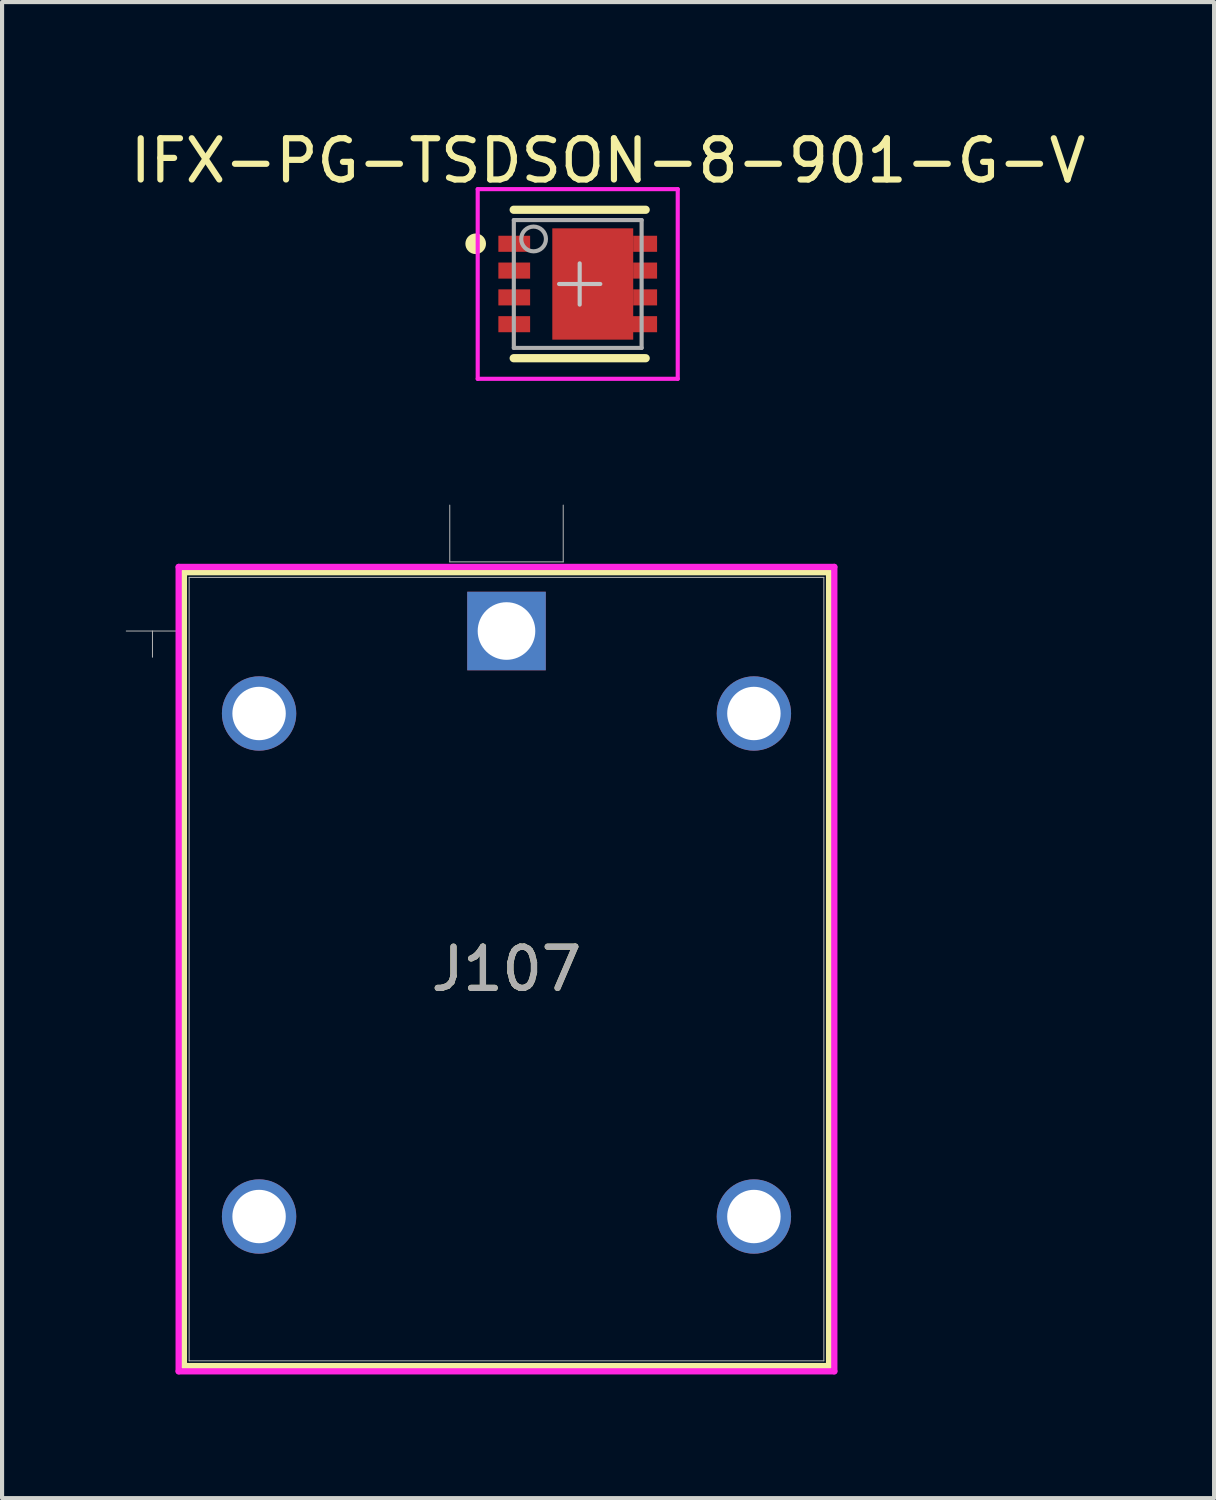
<source format=kicad_pcb>
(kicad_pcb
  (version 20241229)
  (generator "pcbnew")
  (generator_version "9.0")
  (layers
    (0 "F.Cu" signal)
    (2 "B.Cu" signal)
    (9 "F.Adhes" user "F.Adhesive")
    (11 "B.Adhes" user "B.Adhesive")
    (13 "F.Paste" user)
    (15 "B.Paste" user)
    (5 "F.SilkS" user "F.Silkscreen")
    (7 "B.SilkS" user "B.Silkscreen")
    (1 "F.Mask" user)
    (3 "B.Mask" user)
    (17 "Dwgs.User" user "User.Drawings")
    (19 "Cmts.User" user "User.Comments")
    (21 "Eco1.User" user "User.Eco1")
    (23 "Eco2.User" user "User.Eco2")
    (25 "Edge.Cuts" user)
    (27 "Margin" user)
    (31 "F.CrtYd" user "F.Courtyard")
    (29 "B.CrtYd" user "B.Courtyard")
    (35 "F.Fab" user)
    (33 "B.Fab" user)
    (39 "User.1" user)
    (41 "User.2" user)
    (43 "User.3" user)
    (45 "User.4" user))
  (footprint "IFX-PG-TSDSON-8-901-G-V"
    (layer "F.Cu")
    (at 11.008 3.837)
    (property "Reference" "IFX-PG-TSDSON-8-901-G-V" (at 0.688 -2.989 0) (layer "F.SilkS") (effects (font (size 1 1) (thickness 0.15))))
    (attr smd)
    (fp_poly (pts (xy -1.202 -1.17) (xy -1.202 -0.78) (xy -1.972 -0.78) (xy -1.972 -1.17)) (stroke (width 0.01) (type solid)) (fill yes) (layer "F.Mask"))
    (fp_poly (pts (xy -1.202 -0.52) (xy -1.202 -0.13) (xy -1.972 -0.13) (xy -1.972 -0.52)) (stroke (width 0.01) (type solid)) (fill yes) (layer "F.Mask"))
    (fp_poly (pts (xy -1.202 0.13) (xy -1.202 0.52) (xy -1.972 0.52) (xy -1.972 0.13)) (stroke (width 0.01) (type solid)) (fill yes) (layer "F.Mask"))
    (fp_poly (pts (xy -1.202 0.78) (xy -1.202 1.17) (xy -1.972 1.17) (xy -1.972 0.78)) (stroke (width 0.01) (type solid)) (fill yes) (layer "F.Mask"))
    (fp_poly (pts (xy -0.663 1.35) (xy -0.663 -1.35) (xy 1.298 -1.35) (xy 1.298 1.35)) (stroke (width 0.01) (type solid)) (fill yes) (layer "F.Mask"))
    (fp_poly (pts (xy 1.298 -0.78) (xy 1.298 -1.17) (xy 1.877 -1.17) (xy 1.877 -0.78)) (stroke (width 0.01) (type solid)) (fill yes) (layer "F.Mask"))
    (fp_poly (pts (xy 1.298 -0.13) (xy 1.298 -0.52) (xy 1.877 -0.52) (xy 1.877 -0.13)) (stroke (width 0.01) (type solid)) (fill yes) (layer "F.Mask"))
    (fp_poly (pts (xy 1.298 0.52) (xy 1.298 0.13) (xy 1.877 0.13) (xy 1.877 0.52)) (stroke (width 0.01) (type solid)) (fill yes) (layer "F.Mask"))
    (fp_poly (pts (xy 1.298 1.17) (xy 1.298 0.78) (xy 1.877 0.78) (xy 1.877 1.17)) (stroke (width 0.01) (type solid)) (fill yes) (layer "F.Mask"))
    (fp_line (start -1.6 -1.8) (end 1.6 -1.8) (stroke (width 0.2) (type solid)) (layer "F.SilkS"))
    (fp_line (start -1.6 1.8) (end 1.6 1.8) (stroke (width 0.2) (type solid)) (layer "F.SilkS"))
    (fp_circle (center -2.522 -0.975) (end -2.397 -0.975) (stroke (width 0.25) (type solid)) (fill no) (layer "F.SilkS"))
    (fp_poly (pts (xy -1.735 -0.793) (xy -1.735 -1.158) (xy -1.211 -1.158) (xy -1.211 -0.793)) (stroke (width 0) (type solid)) (fill yes) (layer "F.Paste"))
    (fp_poly (pts (xy -1.735 -0.143) (xy -1.735 -0.508) (xy -1.211 -0.508) (xy -1.211 -0.143)) (stroke (width 0) (type solid)) (fill yes) (layer "F.Paste"))
    (fp_poly (pts (xy -1.735 0.507) (xy -1.735 0.142) (xy -1.211 0.142) (xy -1.211 0.507)) (stroke (width 0) (type solid)) (fill yes) (layer "F.Paste"))
    (fp_poly (pts (xy -1.735 1.157) (xy -1.735 0.792) (xy -1.211 0.792) (xy -1.211 1.157)) (stroke (width 0) (type solid)) (fill yes) (layer "F.Paste"))
    (fp_poly (pts (xy -0.645 -0.143) (xy -0.645 -1.337) (xy -0.165 -1.337) (xy -0.165 -0.143)) (stroke (width 0) (type solid)) (fill yes) (layer "F.Paste"))
    (fp_poly (pts (xy -0.645 1.337) (xy -0.645 0.143) (xy -0.165 0.143) (xy -0.165 1.337)) (stroke (width 0) (type solid)) (fill yes) (layer "F.Paste"))
    (fp_poly (pts (xy 0.083 -0.143) (xy 0.083 -1.337) (xy 0.563 -1.337) (xy 0.563 -0.143)) (stroke (width 0) (type solid)) (fill yes) (layer "F.Paste"))
    (fp_poly (pts (xy 0.083 1.337) (xy 0.083 0.143) (xy 0.563 0.143) (xy 0.563 1.337)) (stroke (width 0) (type solid)) (fill yes) (layer "F.Paste"))
    (fp_poly (pts (xy 0.811 -0.143) (xy 0.811 -1.337) (xy 1.291 -1.337) (xy 1.291 -0.143)) (stroke (width 0) (type solid)) (fill yes) (layer "F.Paste"))
    (fp_poly (pts (xy 0.811 1.337) (xy 0.811 0.143) (xy 1.291 0.143) (xy 1.291 1.337)) (stroke (width 0) (type solid)) (fill yes) (layer "F.Paste"))
    (fp_poly (pts (xy 1.291 -0.792) (xy 1.291 -1.157) (xy 1.641 -1.157) (xy 1.641 -0.792)) (stroke (width 0.01) (type solid)) (fill yes) (layer "F.Paste"))
    (fp_poly (pts (xy 1.291 -0.142) (xy 1.291 -0.507) (xy 1.641 -0.507) (xy 1.641 -0.142)) (stroke (width 0.01) (type solid)) (fill yes) (layer "F.Paste"))
    (fp_poly (pts (xy 1.291 0.508) (xy 1.291 0.143) (xy 1.641 0.143) (xy 1.641 0.508)) (stroke (width 0.01) (type solid)) (fill yes) (layer "F.Paste"))
    (fp_poly (pts (xy 1.291 1.158) (xy 1.291 0.793) (xy 1.641 0.793) (xy 1.641 1.158)) (stroke (width 0.01) (type solid)) (fill yes) (layer "F.Paste"))
    (fp_line (start -0.5 0) (end 0.5 0) (stroke (width 0.1) (type solid)) (layer "Dwgs.User"))
    (fp_line (start 0 0.5) (end 0 -0.5) (stroke (width 0.1) (type solid)) (layer "Dwgs.User"))
    (fp_line (start -2.473 -2.3) (end 2.378 -2.3) (stroke (width 0.1) (type solid)) (layer "F.CrtYd"))
    (fp_line (start -2.473 2.3) (end -2.473 -2.3) (stroke (width 0.1) (type solid)) (layer "F.CrtYd"))
    (fp_line (start 2.378 -2.3) (end 2.378 2.3) (stroke (width 0.1) (type solid)) (layer "F.CrtYd"))
    (fp_line (start 2.378 2.3) (end -2.473 2.3) (stroke (width 0.1) (type solid)) (layer "F.CrtYd"))
    (fp_line (start -1.597 -1.55) (end 1.502 -1.55) (stroke (width 0.1) (type solid)) (layer "F.Fab"))
    (fp_line (start -1.597 1.55) (end -1.597 -1.55) (stroke (width 0.1) (type solid)) (layer "F.Fab"))
    (fp_line (start 1.502 -1.55) (end 1.502 1.55) (stroke (width 0.1) (type solid)) (layer "F.Fab"))
    (fp_line (start 1.502 1.55) (end -1.597 1.55) (stroke (width 0.1) (type solid)) (layer "F.Fab"))
    (fp_circle (center -1.118 -1.092) (end -0.818 -1.092) (stroke (width 0.1) (type solid)) (fill no) (layer "F.Fab"))
    (pad "1" smd rect (at -1.587 -0.975) (size 0.77 0.39) (layers "F.Cu"))
    (pad "2" smd rect (at -1.587 -0.325) (size 0.77 0.39) (layers "F.Cu"))
    (pad "3" smd rect (at -1.587 0.325) (size 0.77 0.39) (layers "F.Cu"))
    (pad "4" smd rect (at -1.587 0.975) (size 0.77 0.39) (layers "F.Cu"))
    (pad "5" smd custom (at 1.587 0.975) (size 0.58 0.39) (layers "F.Cu") (options (anchor rect)) (primitives (gr_poly (pts (xy -2.251 0.375) (xy -2.251 -2.325) (xy -0.289 -2.325) (xy -0.289 0.375)) (width 0) (fill yes))))
    (pad "6" smd rect (at 1.587 0.325) (size 0.58 0.39) (layers "F.Cu"))
    (pad "7" smd rect (at 1.587 -0.325) (size 0.58 0.39) (layers "F.Cu"))
    (pad "8" smd rect (at 1.587 -0.975) (size 0.58 0.39) (layers "F.Cu")))
  (footprint "J107"
    (layer "F.Cu")
    (at 9.233 12.253)
    (property "Reference" "J107" (at 0 8.2 0) (unlocked yes) (layer "F.SilkS") (effects (font (size 1 1) (thickness 0.15))))
    (attr through_hole)
    (fp_line (start -7.823 -1.427) (end -7.823 17.826) (stroke (width 0.152) (type solid)) (layer "F.SilkS"))
    (fp_line (start 7.823 -1.427) (end -7.823 -1.427) (stroke (width 0.152) (type solid)) (layer "F.SilkS"))
    (fp_line (start 7.823 -1.427) (end 7.823 17.826) (stroke (width 0.152) (type solid)) (layer "F.SilkS"))
    (fp_line (start 7.823 17.826) (end -7.823 17.826) (stroke (width 0.152) (type solid)) (layer "F.SilkS"))
    (fp_line (start -7.95 -1.554) (end -7.95 17.953) (stroke (width 0.152) (type solid)) (layer "F.CrtYd"))
    (fp_line (start -7.95 17.953) (end 7.95 17.953) (stroke (width 0.152) (type solid)) (layer "F.CrtYd"))
    (fp_line (start 7.95 -1.554) (end -7.95 -1.554) (stroke (width 0.152) (type solid)) (layer "F.CrtYd"))
    (fp_line (start 7.95 17.953) (end 7.95 -1.554) (stroke (width 0.152) (type solid)) (layer "F.CrtYd"))
    (fp_line (start -9.22 0) (end -7.95 0) (stroke (width 0.025) (type solid)) (layer "F.Fab"))
    (fp_line (start -8.585 0) (end -8.585 0.635) (stroke (width 0.025) (type solid)) (layer "F.Fab"))
    (fp_line (start -7.696 -1.3) (end -7.696 17.699) (stroke (width 0.025) (type solid)) (layer "F.Fab"))
    (fp_line (start -1.376 -1.677) (end -1.376 -3.053) (stroke (width 0.025) (type solid)) (layer "F.Fab"))
    (fp_line (start 1.376 -3.053) (end 1.376 -1.677) (stroke (width 0.025) (type solid)) (layer "F.Fab"))
    (fp_line (start 1.376 -1.677) (end -1.376 -1.677) (stroke (width 0.025) (type solid)) (layer "F.Fab"))
    (fp_line (start 7.696 -1.3) (end -7.696 -1.3) (stroke (width 0.025) (type solid)) (layer "F.Fab"))
    (fp_line (start 7.696 -1.3) (end 7.696 17.699) (stroke (width 0.025) (type solid)) (layer "F.Fab"))
    (fp_line (start 7.696 17.699) (end -7.696 17.699) (stroke (width 0.025) (type solid)) (layer "F.Fab"))
    (fp_text user "${REFERENCE}" (at 0 8.2 0) (unlocked yes) (layer "F.Fab") (effects (font (size 1 1) (thickness 0.15))))
    (pad "1" thru_hole rect (at 0 0) (size 1.905 1.905) (drill 1.397) (layers "*.Cu" "*.Mask"))
    (pad "2" thru_hole circle (at -6 2) (size 1.803 1.803) (drill 1.295) (layers "*.Cu" "*.Mask"))
    (pad "3" thru_hole circle (at 6 2) (size 1.803 1.803) (drill 1.295) (layers "*.Cu" "*.Mask"))
    (pad "4" thru_hole circle (at -6 14.199) (size 1.803 1.803) (drill 1.295) (layers "*.Cu" "*.Mask"))
    (pad "5" thru_hole circle (at 6 14.199) (size 1.803 1.803) (drill 1.295) (layers "*.Cu" "*.Mask")))
  (gr_rect
    (start -3 -3)
    (end 26.393 33.282)
    (stroke (width 0.1) (type default))
    (fill no)
    (layer "Edge.Cuts")))
</source>
